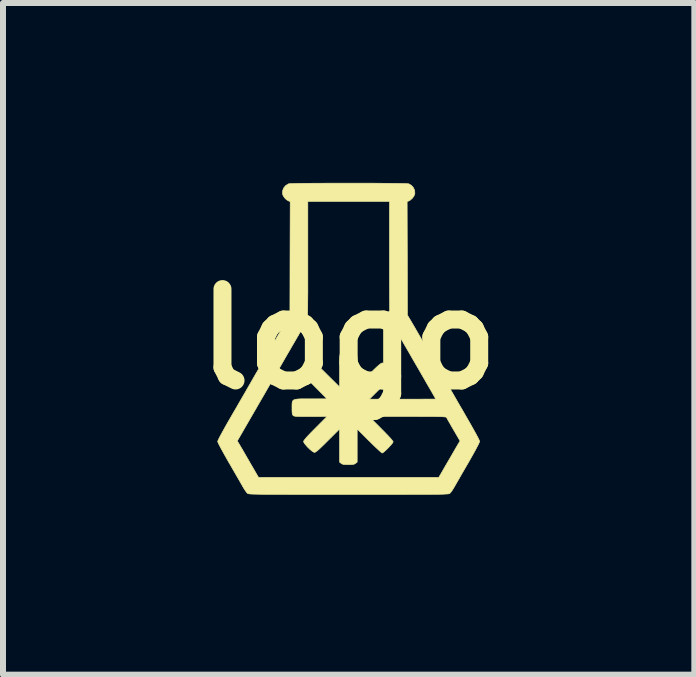
<source format=kicad_pcb>
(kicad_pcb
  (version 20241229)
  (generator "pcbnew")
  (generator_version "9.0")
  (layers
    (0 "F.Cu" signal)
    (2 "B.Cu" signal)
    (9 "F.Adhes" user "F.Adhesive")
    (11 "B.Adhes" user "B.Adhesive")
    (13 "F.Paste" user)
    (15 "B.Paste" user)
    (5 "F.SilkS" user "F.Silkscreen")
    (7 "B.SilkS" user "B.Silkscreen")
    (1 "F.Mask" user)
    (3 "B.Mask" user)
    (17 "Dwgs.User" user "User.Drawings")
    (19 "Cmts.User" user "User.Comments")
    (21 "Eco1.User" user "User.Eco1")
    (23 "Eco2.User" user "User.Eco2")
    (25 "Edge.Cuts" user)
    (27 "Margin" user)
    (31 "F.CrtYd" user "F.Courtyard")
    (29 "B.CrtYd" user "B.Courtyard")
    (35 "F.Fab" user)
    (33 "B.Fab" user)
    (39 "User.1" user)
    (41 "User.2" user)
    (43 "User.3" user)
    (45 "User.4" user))
  (footprint "logo"
    (layer "F.Cu")
    (at 2.765 2.606)
    (property "Reference" "logo" (at 0 0 0) (layer "F.SilkS") (effects (font (size 1.524 1.524) (thickness 0.3))))
    (attr through_hole)
    (fp_poly (pts (xy 0.15 -2.601) (xy 0.272 -2.601) (xy 0.391 -2.601) (xy 0.504 -2.6) (xy 0.61 -2.599) (xy 0.706 -2.598) (xy 0.793 -2.597) (xy 0.866 -2.596) (xy 0.926 -2.595) (xy 0.97 -2.593) (xy 0.996 -2.591) (xy 1.003 -2.59) (xy 1.047 -2.564) (xy 1.081 -2.525) (xy 1.101 -2.478) (xy 1.104 -2.429) (xy 1.103 -2.422) (xy 1.088 -2.384) (xy 1.059 -2.346) (xy 1.024 -2.316) (xy 1.006 -2.306) (xy 0.975 -2.294) (xy 0.978 -1.347) (xy 0.98 -0.401) (xy 1.04 -0.3) (xy 1.066 -0.256) (xy 1.099 -0.2) (xy 1.135 -0.137) (xy 1.172 -0.073) (xy 1.194 -0.036) (xy 1.229 0.026) (xy 1.272 0.099) (xy 1.317 0.177) (xy 1.362 0.255) (xy 1.402 0.325) (xy 1.442 0.394) (xy 1.488 0.474) (xy 1.538 0.56) (xy 1.588 0.647) (xy 1.635 0.728) (xy 1.651 0.757) (xy 1.689 0.823) (xy 1.735 0.902) (xy 1.786 0.991) (xy 1.84 1.085) (xy 1.896 1.18) (xy 1.949 1.273) (xy 1.985 1.335) (xy 2.037 1.426) (xy 2.082 1.506) (xy 2.12 1.574) (xy 2.15 1.63) (xy 2.171 1.672) (xy 2.182 1.698) (xy 2.184 1.706) (xy 2.179 1.722) (xy 2.164 1.755) (xy 2.14 1.801) (xy 2.108 1.861) (xy 2.068 1.933) (xy 2.022 2.014) (xy 2.006 2.043) (xy 1.961 2.12) (xy 1.917 2.196) (xy 1.875 2.268) (xy 1.838 2.334) (xy 1.806 2.389) (xy 1.781 2.432) (xy 1.77 2.452) (xy 1.745 2.494) (xy 1.721 2.531) (xy 1.7 2.559) (xy 1.689 2.571) (xy 1.685 2.574) (xy 1.681 2.576) (xy 1.674 2.578) (xy 1.665 2.58) (xy 1.651 2.582) (xy 1.634 2.583) (xy 1.61 2.584) (xy 1.58 2.586) (xy 1.542 2.587) (xy 1.496 2.588) (xy 1.441 2.588) (xy 1.375 2.589) (xy 1.298 2.589) (xy 1.209 2.59) (xy 1.107 2.59) (xy 0.991 2.59) (xy 0.86 2.591) (xy 0.712 2.591) (xy 0.549 2.591) (xy 0.367 2.591) (xy 0.167 2.591) (xy 0 2.591) (xy -0.215 2.591) (xy -0.411 2.591) (xy -0.588 2.591) (xy -0.748 2.591) (xy -0.892 2.591) (xy -1.019 2.59) (xy -1.132 2.59) (xy -1.231 2.59) (xy -1.317 2.589) (xy -1.392 2.589) (xy -1.455 2.588) (xy -1.508 2.587) (xy -1.552 2.586) (xy -1.588 2.585) (xy -1.616 2.584) (xy -1.638 2.583) (xy -1.655 2.581) (xy -1.667 2.579) (xy -1.676 2.578) (xy -1.682 2.575) (xy -1.686 2.573) (xy -1.689 2.571) (xy -1.704 2.554) (xy -1.726 2.524) (xy -1.751 2.485) (xy -1.77 2.452) (xy -1.789 2.419) (xy -1.816 2.371) (xy -1.851 2.311) (xy -1.89 2.243) (xy -1.933 2.169) (xy -1.977 2.092) (xy -2.006 2.043) (xy -2.054 1.958) (xy -2.096 1.883) (xy -2.131 1.819) (xy -2.158 1.768) (xy -2.176 1.731) (xy -2.184 1.71) (xy -2.184 1.706) (xy -2.182 1.699) (xy -1.858 1.699) (xy -1.834 1.736) (xy -1.822 1.756) (xy -1.802 1.791) (xy -1.775 1.836) (xy -1.745 1.888) (xy -1.712 1.945) (xy -1.712 1.946) (xy -1.676 2.007) (xy -1.64 2.07) (xy -1.606 2.129) (xy -1.576 2.18) (xy -1.558 2.212) (xy -1.503 2.306) (xy 1.503 2.306) (xy 1.558 2.212) (xy 1.581 2.172) (xy 1.611 2.119) (xy 1.646 2.059) (xy 1.683 1.996) (xy 1.712 1.946) (xy 1.744 1.89) (xy 1.775 1.837) (xy 1.801 1.792) (xy 1.822 1.757) (xy 1.834 1.736) (xy 1.834 1.736) (xy 1.858 1.699) (xy 1.748 1.51) (xy 1.715 1.454) (xy 1.686 1.402) (xy 1.661 1.359) (xy 1.643 1.327) (xy 1.633 1.308) (xy 1.632 1.306) (xy 1.629 1.303) (xy 1.622 1.3) (xy 1.608 1.298) (xy 1.588 1.296) (xy 1.558 1.294) (xy 1.519 1.293) (xy 1.468 1.292) (xy 1.403 1.291) (xy 1.325 1.291) (xy 1.23 1.291) (xy 1.118 1.29) (xy 0.987 1.29) (xy 0.983 1.29) (xy 0.341 1.29) (xy 0.541 1.491) (xy 0.609 1.56) (xy 0.663 1.616) (xy 0.704 1.661) (xy 0.73 1.692) (xy 0.741 1.71) (xy 0.742 1.713) (xy 0.735 1.728) (xy 0.716 1.752) (xy 0.689 1.783) (xy 0.658 1.816) (xy 0.625 1.848) (xy 0.596 1.875) (xy 0.572 1.893) (xy 0.558 1.9) (xy 0.548 1.893) (xy 0.525 1.873) (xy 0.492 1.843) (xy 0.45 1.804) (xy 0.402 1.758) (xy 0.35 1.706) (xy 0.343 1.7) (xy 0.142 1.499) (xy 0.142 2.051) (xy 0.115 2.072) (xy 0.099 2.082) (xy 0.079 2.089) (xy 0.051 2.092) (xy 0.008 2.093) (xy -0.005 2.093) (xy -0.052 2.092) (xy -0.084 2.09) (xy -0.105 2.084) (xy -0.122 2.075) (xy -0.126 2.072) (xy -0.152 2.051) (xy -0.152 1.499) (xy -0.348 1.694) (xy -0.411 1.757) (xy -0.461 1.805) (xy -0.5 1.842) (xy -0.53 1.867) (xy -0.551 1.882) (xy -0.565 1.889) (xy -0.569 1.89) (xy -0.589 1.882) (xy -0.617 1.863) (xy -0.65 1.835) (xy -0.684 1.802) (xy -0.714 1.768) (xy -0.738 1.738) (xy -0.751 1.714) (xy -0.752 1.708) (xy -0.748 1.696) (xy -0.736 1.678) (xy -0.715 1.652) (xy -0.683 1.616) (xy -0.639 1.57) (xy -0.582 1.512) (xy -0.556 1.486) (xy -0.361 1.29) (xy -0.634 1.291) (xy -0.716 1.291) (xy -0.781 1.291) (xy -0.83 1.29) (xy -0.866 1.289) (xy -0.891 1.286) (xy -0.908 1.283) (xy -0.919 1.279) (xy -0.926 1.274) (xy -0.934 1.264) (xy -0.94 1.249) (xy -0.943 1.225) (xy -0.945 1.188) (xy -0.945 1.147) (xy -0.945 1.105) (xy -0.944 1.071) (xy -0.94 1.045) (xy -0.93 1.026) (xy -0.914 1.013) (xy -0.887 1.004) (xy -0.85 0.999) (xy -0.798 0.996) (xy -0.731 0.996) (xy -0.646 0.996) (xy -0.626 0.996) (xy -0.361 0.996) (xy -0.556 0.8) (xy -0.62 0.735) (xy -0.671 0.683) (xy -0.708 0.643) (xy -0.733 0.613) (xy -0.748 0.592) (xy -0.752 0.581) (xy -0.744 0.56) (xy -0.724 0.53) (xy -0.695 0.497) (xy -0.661 0.463) (xy -0.626 0.433) (xy -0.594 0.41) (xy -0.569 0.397) (xy -0.562 0.396) (xy -0.554 0.403) (xy -0.532 0.423) (xy -0.5 0.453) (xy -0.46 0.492) (xy -0.413 0.538) (xy -0.361 0.59) (xy -0.354 0.597) (xy -0.152 0.797) (xy -0.152 0.524) (xy -0.152 0.434) (xy -0.152 0.364) (xy -0.15 0.309) (xy -0.146 0.268) (xy -0.139 0.239) (xy -0.127 0.221) (xy -0.11 0.21) (xy -0.087 0.205) (xy -0.056 0.203) (xy -0.018 0.203) (xy -0.007 0.203) (xy 0.035 0.203) (xy 0.068 0.204) (xy 0.094 0.208) (xy 0.113 0.217) (xy 0.126 0.234) (xy 0.134 0.26) (xy 0.139 0.297) (xy 0.142 0.349) (xy 0.142 0.416) (xy 0.142 0.5) (xy 0.142 0.518) (xy 0.142 0.789) (xy 0.323 0.607) (xy 0.388 0.542) (xy 0.441 0.49) (xy 0.483 0.451) (xy 0.515 0.424) (xy 0.539 0.406) (xy 0.557 0.398) (xy 0.565 0.396) (xy 0.577 0.403) (xy 0.6 0.423) (xy 0.628 0.45) (xy 0.659 0.482) (xy 0.689 0.515) (xy 0.716 0.545) (xy 0.734 0.569) (xy 0.742 0.583) (xy 0.742 0.583) (xy 0.734 0.598) (xy 0.712 0.626) (xy 0.676 0.667) (xy 0.625 0.72) (xy 0.561 0.785) (xy 0.544 0.803) (xy 0.346 1.001) (xy 0.899 1.001) (xy 1.003 1.001) (xy 1.101 1.001) (xy 1.19 1.001) (xy 1.269 1) (xy 1.337 1) (xy 1.391 1) (xy 1.429 1) (xy 1.45 0.999) (xy 1.453 0.999) (xy 1.448 0.99) (xy 1.434 0.966) (xy 1.412 0.928) (xy 1.384 0.878) (xy 1.349 0.818) (xy 1.31 0.751) (xy 1.269 0.679) (xy 1.222 0.598) (xy 1.175 0.516) (xy 1.129 0.437) (xy 1.086 0.363) (xy 1.048 0.297) (xy 1.018 0.244) (xy 1.003 0.218) (xy 0.97 0.162) (xy 0.93 0.093) (xy 0.888 0.02) (xy 0.846 -0.052) (xy 0.816 -0.104) (xy 0.783 -0.161) (xy 0.752 -0.214) (xy 0.727 -0.26) (xy 0.708 -0.295) (xy 0.696 -0.317) (xy 0.696 -0.319) (xy 0.693 -0.328) (xy 0.691 -0.341) (xy 0.689 -0.359) (xy 0.687 -0.385) (xy 0.686 -0.419) (xy 0.685 -0.462) (xy 0.683 -0.516) (xy 0.683 -0.582) (xy 0.682 -0.66) (xy 0.682 -0.753) (xy 0.681 -0.86) (xy 0.681 -0.985) (xy 0.681 -1.127) (xy 0.681 -1.288) (xy 0.681 -1.326) (xy 0.681 -2.296) (xy -0.681 -2.296) (xy -0.681 -1.326) (xy -0.681 -1.16) (xy -0.681 -1.014) (xy -0.681 -0.886) (xy -0.681 -0.775) (xy -0.682 -0.679) (xy -0.683 -0.597) (xy -0.683 -0.529) (xy -0.684 -0.473) (xy -0.685 -0.428) (xy -0.687 -0.392) (xy -0.689 -0.364) (xy -0.69 -0.344) (xy -0.693 -0.33) (xy -0.695 -0.321) (xy -0.696 -0.319) (xy -0.705 -0.3) (xy -0.723 -0.266) (xy -0.748 -0.221) (xy -0.778 -0.169) (xy -0.81 -0.112) (xy -0.816 -0.104) (xy -0.839 -0.063) (xy -0.861 -0.026) (xy -0.881 0.009) (xy -0.902 0.045) (xy -0.924 0.083) (xy -0.949 0.125) (xy -0.976 0.173) (xy -1.008 0.227) (xy -1.045 0.291) (xy -1.088 0.366) (xy -1.138 0.453) (xy -1.197 0.555) (xy -1.255 0.655) (xy -1.302 0.738) (xy -1.353 0.825) (xy -1.403 0.913) (xy -1.452 0.997) (xy -1.496 1.073) (xy -1.533 1.137) (xy -1.539 1.148) (xy -1.581 1.22) (xy -1.628 1.301) (xy -1.675 1.383) (xy -1.72 1.46) (xy -1.756 1.523) (xy -1.858 1.699) (xy -2.182 1.699) (xy -2.179 1.69) (xy -2.164 1.658) (xy -2.14 1.611) (xy -2.107 1.551) (xy -2.067 1.478) (xy -2.019 1.393) (xy -1.985 1.335) (xy -1.934 1.246) (xy -1.879 1.152) (xy -1.824 1.056) (xy -1.77 0.963) (xy -1.72 0.877) (xy -1.677 0.801) (xy -1.651 0.757) (xy -1.607 0.68) (xy -1.558 0.594) (xy -1.507 0.507) (xy -1.459 0.424) (xy -1.417 0.35) (xy -1.402 0.325) (xy -1.361 0.254) (xy -1.316 0.176) (xy -1.271 0.098) (xy -1.229 0.025) (xy -1.194 -0.036) (xy -1.159 -0.097) (xy -1.122 -0.16) (xy -1.086 -0.221) (xy -1.056 -0.274) (xy -1.04 -0.3) (xy -0.98 -0.401) (xy -0.978 -1.347) (xy -0.975 -2.294) (xy -1.006 -2.306) (xy -1.042 -2.329) (xy -1.075 -2.364) (xy -1.097 -2.403) (xy -1.103 -2.422) (xy -1.102 -2.472) (xy -1.085 -2.519) (xy -1.053 -2.559) (xy -1.009 -2.587) (xy -1.003 -2.59) (xy -0.988 -2.592) (xy -0.954 -2.594) (xy -0.904 -2.595) (xy -0.838 -2.597) (xy -0.759 -2.598) (xy -0.668 -2.599) (xy -0.568 -2.6) (xy -0.459 -2.6) (xy -0.343 -2.601) (xy -0.223 -2.601) (xy -0.1 -2.601) (xy 0.025 -2.601) (xy 0.15 -2.601)) (stroke (width 0.01) (type solid)) (fill yes) (layer "F.SilkS")))
  (gr_rect
    (start -3 -3)
    (end 8.53 8.202)
    (stroke (width 0.1) (type default))
    (fill no)
    (layer "Edge.Cuts")))
</source>
